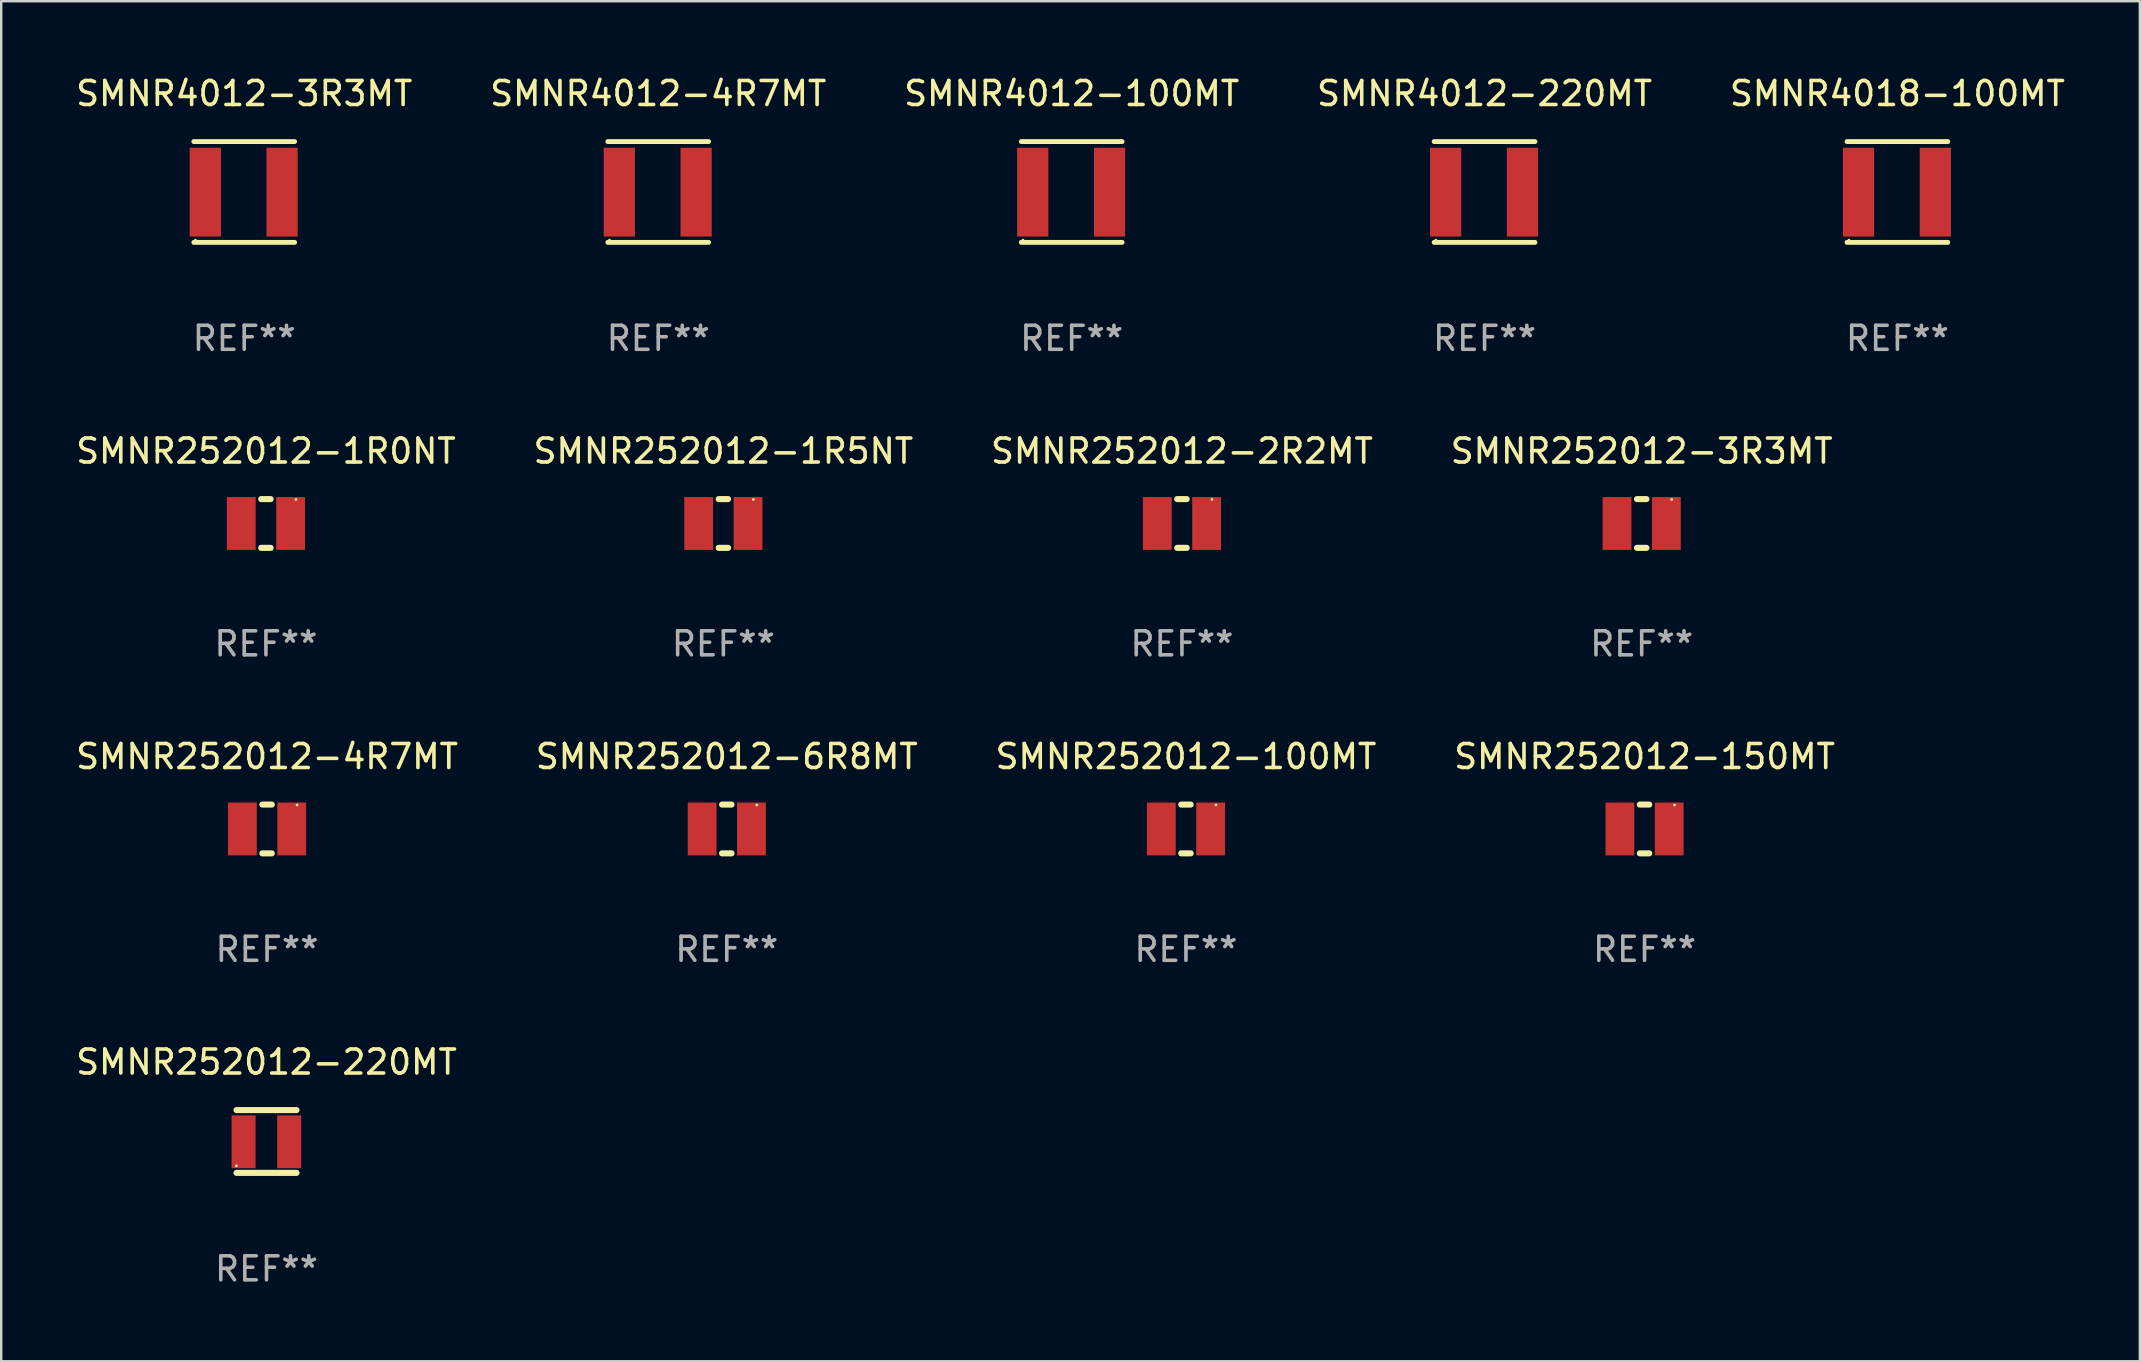
<source format=kicad_pcb>
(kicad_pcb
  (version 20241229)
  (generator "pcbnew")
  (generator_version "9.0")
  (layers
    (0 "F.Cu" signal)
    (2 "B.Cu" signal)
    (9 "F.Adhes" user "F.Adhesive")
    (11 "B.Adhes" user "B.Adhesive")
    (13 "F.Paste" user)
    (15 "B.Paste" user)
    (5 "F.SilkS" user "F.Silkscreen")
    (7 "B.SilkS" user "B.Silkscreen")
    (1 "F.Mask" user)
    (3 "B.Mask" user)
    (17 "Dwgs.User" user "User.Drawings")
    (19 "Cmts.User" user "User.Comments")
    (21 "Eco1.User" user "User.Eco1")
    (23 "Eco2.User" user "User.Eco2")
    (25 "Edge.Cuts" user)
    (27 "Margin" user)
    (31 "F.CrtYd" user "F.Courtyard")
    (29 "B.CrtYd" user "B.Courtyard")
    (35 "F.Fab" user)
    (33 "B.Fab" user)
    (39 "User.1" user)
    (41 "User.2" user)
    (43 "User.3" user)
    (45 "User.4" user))
  (footprint "SMNR252012-150MT"
    (layer "F.Cu")
    (at 65.47 31.489)
    (property "Reference" "SMNR252012-150MT" (at 0 -3.016 0) (layer "F.SilkS") (effects (font (size 1 1) (thickness 0.15))))
    (attr through_hole)
    (fp_line (start -0.197 1.016) (end 0.197 1.016) (stroke (width 0.254) (type solid)) (layer "F.SilkS"))
    (fp_line (start 0.197 -1.016) (end -0.197 -1.016) (stroke (width 0.254) (type solid)) (layer "F.SilkS"))
    (fp_circle (center 1.25 -1) (end 1.28 -1) (stroke (width 0.06) (type solid)) (fill no) (layer "F.SilkS"))
    (fp_text user "REF**" (at 0 5.016 0) (layer "F.Fab") (effects (font (size 1 1) (thickness 0.15))))
    (pad "1" smd rect (at 1.028 0) (size 1.2 2.2) (layers "F.Cu" "F.Mask" "F.Paste"))
    (pad "2" smd rect (at -1.028 0) (size 1.2 2.2) (layers "F.Cu" "F.Mask" "F.Paste")))
  (footprint "SMNR252012-6R8MT"
    (layer "F.Cu")
    (at 27.232 31.489)
    (property "Reference" "SMNR252012-6R8MT" (at 0 -3.016 0) (layer "F.SilkS") (effects (font (size 1 1) (thickness 0.15))))
    (attr through_hole)
    (fp_line (start -0.197 1.016) (end 0.197 1.016) (stroke (width 0.254) (type solid)) (layer "F.SilkS"))
    (fp_line (start 0.197 -1.016) (end -0.197 -1.016) (stroke (width 0.254) (type solid)) (layer "F.SilkS"))
    (fp_circle (center 1.25 -1) (end 1.28 -1) (stroke (width 0.06) (type solid)) (fill no) (layer "F.SilkS"))
    (fp_text user "REF**" (at 0 5.016 0) (layer "F.Fab") (effects (font (size 1 1) (thickness 0.15))))
    (pad "1" smd rect (at 1.028 0) (size 1.2 2.2) (layers "F.Cu" "F.Mask" "F.Paste"))
    (pad "2" smd rect (at -1.028 0) (size 1.2 2.2) (layers "F.Cu" "F.Mask" "F.Paste")))
  (footprint "SMNR252012-1R0NT"
    (layer "F.Cu")
    (at 8.03 18.761)
    (property "Reference" "SMNR252012-1R0NT" (at 0 -3.016 0) (layer "F.SilkS") (effects (font (size 1 1) (thickness 0.15))))
    (attr through_hole)
    (fp_line (start -0.197 1.016) (end 0.197 1.016) (stroke (width 0.254) (type solid)) (layer "F.SilkS"))
    (fp_line (start 0.197 -1.016) (end -0.197 -1.016) (stroke (width 0.254) (type solid)) (layer "F.SilkS"))
    (fp_circle (center 1.25 -1) (end 1.28 -1) (stroke (width 0.06) (type solid)) (fill no) (layer "F.SilkS"))
    (fp_text user "REF**" (at 0 5.016 0) (layer "F.Fab") (effects (font (size 1 1) (thickness 0.15))))
    (pad "1" smd rect (at 1.028 0) (size 1.2 2.2) (layers "F.Cu" "F.Mask" "F.Paste"))
    (pad "2" smd rect (at -1.028 0) (size 1.2 2.2) (layers "F.Cu" "F.Mask" "F.Paste")))
  (footprint "SMNR252012-220MT"
    (layer "F.Cu")
    (at 8.054 44.51)
    (property "Reference" "SMNR252012-220MT" (at 0 -3.308 0) (layer "F.SilkS") (effects (font (size 1 1) (thickness 0.15))))
    (attr through_hole)
    (fp_line (start -1.25 -1.308) (end 1.25 -1.308) (stroke (width 0.254) (type solid)) (layer "F.SilkS"))
    (fp_line (start -1.25 1.308) (end 1.25 1.308) (stroke (width 0.254) (type solid)) (layer "F.SilkS"))
    (fp_circle (center -1.255 1.013) (end -1.225 1.013) (stroke (width 0.06) (type solid)) (fill no) (layer "F.SilkS"))
    (fp_text user "REF**" (at 0 5.308 0) (layer "F.Fab") (effects (font (size 1 1) (thickness 0.15))))
    (pad "1" smd rect (at -0.956 0.013) (size 1 2.2) (layers "F.Cu" "F.Mask" "F.Paste"))
    (pad "2" smd rect (at 0.945 0.013) (size 1 2.2) (layers "F.Cu" "F.Mask" "F.Paste")))
  (footprint "SMNR4012-4R7MT"
    (layer "F.Cu")
    (at 24.375 4.948)
    (property "Reference" "SMNR4012-4R7MT" (at 0 -4.1 0) (layer "F.SilkS") (effects (font (size 1 1) (thickness 0.15))))
    (attr through_hole)
    (fp_line (start -2.1 -2.1) (end 2.1 -2.1) (stroke (width 0.203) (type solid)) (layer "F.SilkS"))
    (fp_line (start -2.1 2.1) (end 2.1 2.1) (stroke (width 0.203) (type solid)) (layer "F.SilkS"))
    (fp_circle (center -2.03 2.008) (end -2 2.008) (stroke (width 0.06) (type solid)) (fill no) (layer "F.SilkS"))
    (fp_text user "REF**" (at 0 6.1 0) (layer "F.Fab") (effects (font (size 1 1) (thickness 0.15))))
    (pad "1" smd rect (at -1.621 0.008 90) (size 3.7 1.3) (layers "F.Cu" "F.Mask" "F.Paste"))
    (pad "2" smd rect (at 1.579 0.008 90) (size 3.7 1.3) (layers "F.Cu" "F.Mask" "F.Paste")))
  (footprint "SMNR4012-3R3MT"
    (layer "F.Cu")
    (at 7.125 4.948)
    (property "Reference" "SMNR4012-3R3MT" (at 0 -4.1 0) (layer "F.SilkS") (effects (font (size 1 1) (thickness 0.15))))
    (attr through_hole)
    (fp_line (start -2.1 -2.1) (end 2.1 -2.1) (stroke (width 0.203) (type solid)) (layer "F.SilkS"))
    (fp_line (start -2.1 2.1) (end 2.1 2.1) (stroke (width 0.203) (type solid)) (layer "F.SilkS"))
    (fp_circle (center -2.03 2.008) (end -2 2.008) (stroke (width 0.06) (type solid)) (fill no) (layer "F.SilkS"))
    (fp_text user "REF**" (at 0 6.1 0) (layer "F.Fab") (effects (font (size 1 1) (thickness 0.15))))
    (pad "1" smd rect (at -1.621 0.008 90) (size 3.7 1.3) (layers "F.Cu" "F.Mask" "F.Paste"))
    (pad "2" smd rect (at 1.579 0.008 90) (size 3.7 1.3) (layers "F.Cu" "F.Mask" "F.Paste")))
  (footprint "SMNR252012-1R5NT"
    (layer "F.Cu")
    (at 27.089 18.761)
    (property "Reference" "SMNR252012-1R5NT" (at 0 -3.016 0) (layer "F.SilkS") (effects (font (size 1 1) (thickness 0.15))))
    (attr through_hole)
    (fp_line (start -0.197 1.016) (end 0.197 1.016) (stroke (width 0.254) (type solid)) (layer "F.SilkS"))
    (fp_line (start 0.197 -1.016) (end -0.197 -1.016) (stroke (width 0.254) (type solid)) (layer "F.SilkS"))
    (fp_circle (center 1.25 -1) (end 1.28 -1) (stroke (width 0.06) (type solid)) (fill no) (layer "F.SilkS"))
    (fp_text user "REF**" (at 0 5.016 0) (layer "F.Fab") (effects (font (size 1 1) (thickness 0.15))))
    (pad "1" smd rect (at 1.028 0) (size 1.2 2.2) (layers "F.Cu" "F.Mask" "F.Paste"))
    (pad "2" smd rect (at -1.028 0) (size 1.2 2.2) (layers "F.Cu" "F.Mask" "F.Paste")))
  (footprint "SMNR4012-100MT"
    (layer "F.Cu")
    (at 41.601 4.948)
    (property "Reference" "SMNR4012-100MT" (at 0 -4.1 0) (layer "F.SilkS") (effects (font (size 1 1) (thickness 0.15))))
    (attr through_hole)
    (fp_line (start -2.1 -2.1) (end 2.1 -2.1) (stroke (width 0.203) (type solid)) (layer "F.SilkS"))
    (fp_line (start -2.1 2.1) (end 2.1 2.1) (stroke (width 0.203) (type solid)) (layer "F.SilkS"))
    (fp_circle (center -2.03 2.008) (end -2 2.008) (stroke (width 0.06) (type solid)) (fill no) (layer "F.SilkS"))
    (fp_text user "REF**" (at 0 6.1 0) (layer "F.Fab") (effects (font (size 1 1) (thickness 0.15))))
    (pad "1" smd rect (at -1.621 0.008 90) (size 3.7 1.3) (layers "F.Cu" "F.Mask" "F.Paste"))
    (pad "2" smd rect (at 1.579 0.008 90) (size 3.7 1.3) (layers "F.Cu" "F.Mask" "F.Paste")))
  (footprint "SMNR4012-220MT"
    (layer "F.Cu")
    (at 58.804 4.948)
    (property "Reference" "SMNR4012-220MT" (at 0 -4.1 0) (layer "F.SilkS") (effects (font (size 1 1) (thickness 0.15))))
    (attr through_hole)
    (fp_line (start -2.1 -2.1) (end 2.1 -2.1) (stroke (width 0.203) (type solid)) (layer "F.SilkS"))
    (fp_line (start -2.1 2.1) (end 2.1 2.1) (stroke (width 0.203) (type solid)) (layer "F.SilkS"))
    (fp_circle (center -2.03 2.008) (end -2 2.008) (stroke (width 0.06) (type solid)) (fill no) (layer "F.SilkS"))
    (fp_text user "REF**" (at 0 6.1 0) (layer "F.Fab") (effects (font (size 1 1) (thickness 0.15))))
    (pad "1" smd rect (at -1.621 0.008 90) (size 3.7 1.3) (layers "F.Cu" "F.Mask" "F.Paste"))
    (pad "2" smd rect (at 1.579 0.008 90) (size 3.7 1.3) (layers "F.Cu" "F.Mask" "F.Paste")))
  (footprint "SMNR4018-100MT"
    (layer "F.Cu")
    (at 76.006 4.948)
    (property "Reference" "SMNR4018-100MT" (at 0 -4.1 0) (layer "F.SilkS") (effects (font (size 1 1) (thickness 0.15))))
    (attr through_hole)
    (fp_line (start -2.1 -2.1) (end 2.1 -2.1) (stroke (width 0.203) (type solid)) (layer "F.SilkS"))
    (fp_line (start -2.1 2.1) (end 2.1 2.1) (stroke (width 0.203) (type solid)) (layer "F.SilkS"))
    (fp_circle (center -2.021 2.008) (end -1.991 2.008) (stroke (width 0.06) (type solid)) (fill no) (layer "F.SilkS"))
    (fp_text user "REF**" (at 0 6.1 0) (layer "F.Fab") (effects (font (size 1 1) (thickness 0.15))))
    (pad "1" smd rect (at -1.621 0.008 90) (size 3.7 1.3) (layers "F.Cu" "F.Mask" "F.Paste"))
    (pad "2" smd rect (at 1.579 0.008 90) (size 3.7 1.3) (layers "F.Cu" "F.Mask" "F.Paste")))
  (footprint "SMNR252012-3R3MT"
    (layer "F.Cu")
    (at 65.351 18.761)
    (property "Reference" "SMNR252012-3R3MT" (at 0 -3.016 0) (layer "F.SilkS") (effects (font (size 1 1) (thickness 0.15))))
    (attr through_hole)
    (fp_line (start -0.197 1.016) (end 0.197 1.016) (stroke (width 0.254) (type solid)) (layer "F.SilkS"))
    (fp_line (start 0.197 -1.016) (end -0.197 -1.016) (stroke (width 0.254) (type solid)) (layer "F.SilkS"))
    (fp_circle (center 1.25 -1) (end 1.28 -1) (stroke (width 0.06) (type solid)) (fill no) (layer "F.SilkS"))
    (fp_text user "REF**" (at 0 5.016 0) (layer "F.Fab") (effects (font (size 1 1) (thickness 0.15))))
    (pad "1" smd rect (at 1.028 0) (size 1.2 2.2) (layers "F.Cu" "F.Mask" "F.Paste"))
    (pad "2" smd rect (at -1.028 0) (size 1.2 2.2) (layers "F.Cu" "F.Mask" "F.Paste")))
  (footprint "SMNR252012-100MT"
    (layer "F.Cu")
    (at 46.363 31.489)
    (property "Reference" "SMNR252012-100MT" (at 0 -3.016 0) (layer "F.SilkS") (effects (font (size 1 1) (thickness 0.15))))
    (attr through_hole)
    (fp_line (start -0.197 1.016) (end 0.197 1.016) (stroke (width 0.254) (type solid)) (layer "F.SilkS"))
    (fp_line (start 0.197 -1.016) (end -0.197 -1.016) (stroke (width 0.254) (type solid)) (layer "F.SilkS"))
    (fp_circle (center 1.25 -1) (end 1.28 -1) (stroke (width 0.06) (type solid)) (fill no) (layer "F.SilkS"))
    (fp_text user "REF**" (at 0 5.016 0) (layer "F.Fab") (effects (font (size 1 1) (thickness 0.15))))
    (pad "1" smd rect (at 1.028 0) (size 1.2 2.2) (layers "F.Cu" "F.Mask" "F.Paste"))
    (pad "2" smd rect (at -1.028 0) (size 1.2 2.2) (layers "F.Cu" "F.Mask" "F.Paste")))
  (footprint "SMNR252012-2R2MT"
    (layer "F.Cu")
    (at 46.196 18.761)
    (property "Reference" "SMNR252012-2R2MT" (at 0 -3.016 0) (layer "F.SilkS") (effects (font (size 1 1) (thickness 0.15))))
    (attr through_hole)
    (fp_line (start -0.197 1.016) (end 0.197 1.016) (stroke (width 0.254) (type solid)) (layer "F.SilkS"))
    (fp_line (start 0.197 -1.016) (end -0.197 -1.016) (stroke (width 0.254) (type solid)) (layer "F.SilkS"))
    (fp_circle (center 1.25 -1) (end 1.28 -1) (stroke (width 0.06) (type solid)) (fill no) (layer "F.SilkS"))
    (fp_text user "REF**" (at 0 5.016 0) (layer "F.Fab") (effects (font (size 1 1) (thickness 0.15))))
    (pad "1" smd rect (at 1.028 0) (size 1.2 2.2) (layers "F.Cu" "F.Mask" "F.Paste"))
    (pad "2" smd rect (at -1.028 0) (size 1.2 2.2) (layers "F.Cu" "F.Mask" "F.Paste")))
  (footprint "SMNR252012-4R7MT"
    (layer "F.Cu")
    (at 8.077 31.489)
    (property "Reference" "SMNR252012-4R7MT" (at 0 -3.016 0) (layer "F.SilkS") (effects (font (size 1 1) (thickness 0.15))))
    (attr through_hole)
    (fp_line (start -0.197 1.016) (end 0.197 1.016) (stroke (width 0.254) (type solid)) (layer "F.SilkS"))
    (fp_line (start 0.197 -1.016) (end -0.197 -1.016) (stroke (width 0.254) (type solid)) (layer "F.SilkS"))
    (fp_circle (center 1.25 -1) (end 1.28 -1) (stroke (width 0.06) (type solid)) (fill no) (layer "F.SilkS"))
    (fp_text user "REF**" (at 0 5.016 0) (layer "F.Fab") (effects (font (size 1 1) (thickness 0.15))))
    (pad "1" smd rect (at 1.028 0) (size 1.2 2.2) (layers "F.Cu" "F.Mask" "F.Paste"))
    (pad "2" smd rect (at -1.028 0) (size 1.2 2.2) (layers "F.Cu" "F.Mask" "F.Paste")))
  (gr_rect
    (start -3 -3)
    (end 86.107 53.666)
    (stroke (width 0.1) (type default))
    (fill no)
    (layer "Edge.Cuts")))
</source>
